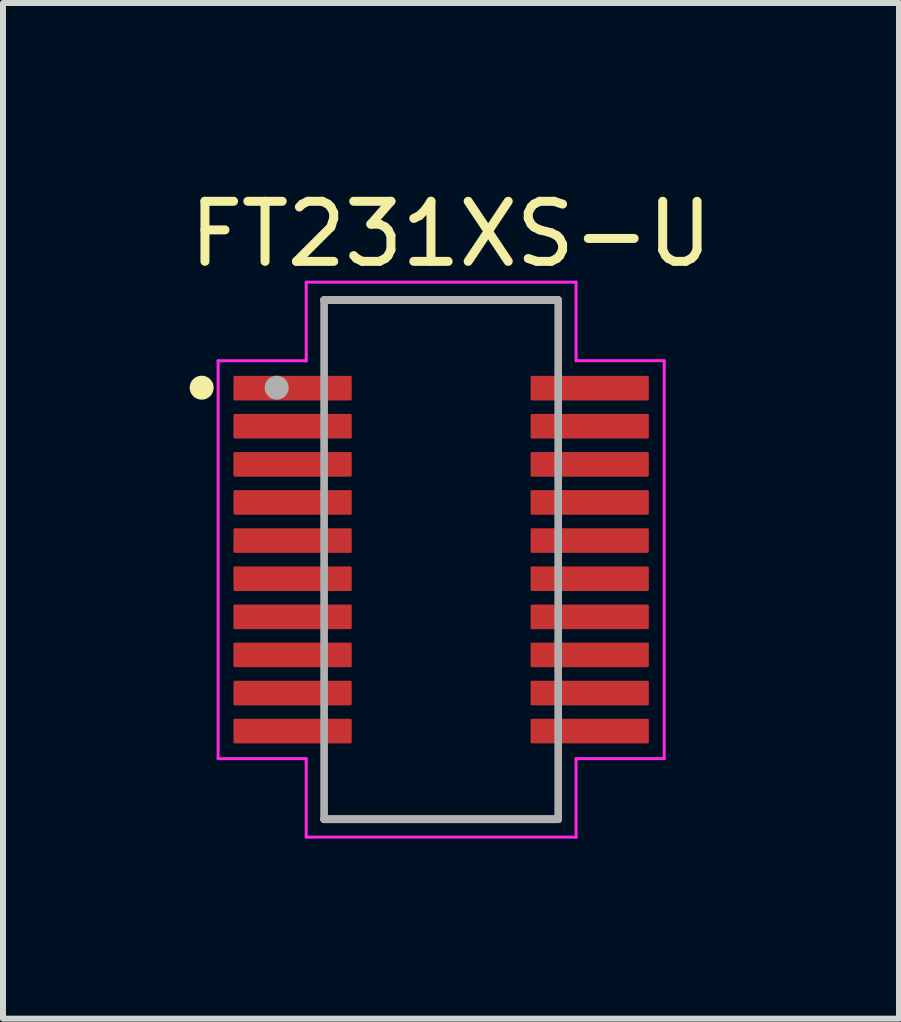
<source format=kicad_pcb>
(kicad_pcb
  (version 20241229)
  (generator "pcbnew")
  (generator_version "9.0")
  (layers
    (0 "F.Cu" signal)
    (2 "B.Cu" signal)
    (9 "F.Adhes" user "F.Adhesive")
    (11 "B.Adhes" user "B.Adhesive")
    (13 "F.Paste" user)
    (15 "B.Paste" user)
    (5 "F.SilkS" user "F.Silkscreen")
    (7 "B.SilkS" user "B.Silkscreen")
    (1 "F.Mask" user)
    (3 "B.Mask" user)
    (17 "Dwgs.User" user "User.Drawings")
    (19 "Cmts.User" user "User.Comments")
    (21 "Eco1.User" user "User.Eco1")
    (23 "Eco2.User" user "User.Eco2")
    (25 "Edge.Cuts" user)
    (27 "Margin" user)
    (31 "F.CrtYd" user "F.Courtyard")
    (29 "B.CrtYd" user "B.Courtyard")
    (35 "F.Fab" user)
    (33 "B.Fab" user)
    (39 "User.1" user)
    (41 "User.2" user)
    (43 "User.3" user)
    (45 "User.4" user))
  (footprint "FT231XS-U"
    (layer "F.Cu")
    (at 4.3 6.274)
    (property "Reference" "FT231XS-U" (at 0.164 -5.425 0) (layer "F.SilkS") (effects (font (size 1.001 1.001) (thickness 0.15))))
    (attr smd)
    (fp_line (start -1.95 -4.325) (end 1.95 -4.325) (stroke (width 0.127) (type solid)) (layer "F.SilkS"))
    (fp_line (start 1.95 4.325) (end -1.95 4.325) (stroke (width 0.127) (type solid)) (layer "F.SilkS"))
    (fp_circle (center -3.99 -2.865) (end -3.89 -2.865) (stroke (width 0.2) (type solid)) (fill no) (layer "F.SilkS"))
    (fp_line (start -3.716 -3.313) (end -2.248 -3.313) (stroke (width 0.05) (type solid)) (layer "F.CrtYd"))
    (fp_line (start -3.716 3.315) (end -3.716 -3.313) (stroke (width 0.05) (type solid)) (layer "F.CrtYd"))
    (fp_line (start -2.248 -4.623) (end 2.248 -4.623) (stroke (width 0.05) (type solid)) (layer "F.CrtYd"))
    (fp_line (start -2.248 -3.313) (end -2.248 -4.623) (stroke (width 0.05) (type solid)) (layer "F.CrtYd"))
    (fp_line (start -2.248 3.315) (end -3.716 3.315) (stroke (width 0.05) (type solid)) (layer "F.CrtYd"))
    (fp_line (start -2.248 4.623) (end -2.248 3.315) (stroke (width 0.05) (type solid)) (layer "F.CrtYd"))
    (fp_line (start 2.248 -4.623) (end 2.248 -3.315) (stroke (width 0.05) (type solid)) (layer "F.CrtYd"))
    (fp_line (start 2.248 -3.315) (end 3.716 -3.315) (stroke (width 0.05) (type solid)) (layer "F.CrtYd"))
    (fp_line (start 2.248 3.315) (end 2.248 4.623) (stroke (width 0.05) (type solid)) (layer "F.CrtYd"))
    (fp_line (start 2.248 4.623) (end -2.248 4.623) (stroke (width 0.05) (type solid)) (layer "F.CrtYd"))
    (fp_line (start 3.716 -3.315) (end 3.716 3.315) (stroke (width 0.05) (type solid)) (layer "F.CrtYd"))
    (fp_line (start 3.716 3.315) (end 2.248 3.315) (stroke (width 0.05) (type solid)) (layer "F.CrtYd"))
    (fp_line (start -1.95 -4.325) (end 1.95 -4.325) (stroke (width 0.127) (type solid)) (layer "F.Fab"))
    (fp_line (start -1.95 4.325) (end -1.95 -4.325) (stroke (width 0.127) (type solid)) (layer "F.Fab"))
    (fp_line (start 1.95 -4.325) (end 1.95 4.325) (stroke (width 0.127) (type solid)) (layer "F.Fab"))
    (fp_line (start 1.95 4.325) (end -1.95 4.325) (stroke (width 0.127) (type solid)) (layer "F.Fab"))
    (fp_circle (center -2.74 -2.865) (end -2.64 -2.865) (stroke (width 0.2) (type solid)) (fill no) (layer "F.Fab"))
    (pad "1" smd roundrect (at -2.475 -2.857) (size 1.97 0.41) (layers "F.Cu" "F.Mask" "F.Paste") (roundrect_rratio 0.05))
    (pad "2" smd roundrect (at -2.475 -2.223) (size 1.97 0.41) (layers "F.Cu" "F.Mask" "F.Paste") (roundrect_rratio 0.05))
    (pad "3" smd roundrect (at -2.475 -1.587) (size 1.97 0.41) (layers "F.Cu" "F.Mask" "F.Paste") (roundrect_rratio 0.05))
    (pad "4" smd roundrect (at -2.475 -0.953) (size 1.97 0.41) (layers "F.Cu" "F.Mask" "F.Paste") (roundrect_rratio 0.05))
    (pad "5" smd roundrect (at -2.475 -0.318) (size 1.97 0.41) (layers "F.Cu" "F.Mask" "F.Paste") (roundrect_rratio 0.05))
    (pad "6" smd roundrect (at -2.475 0.318) (size 1.97 0.41) (layers "F.Cu" "F.Mask" "F.Paste") (roundrect_rratio 0.05))
    (pad "7" smd roundrect (at -2.475 0.953) (size 1.97 0.41) (layers "F.Cu" "F.Mask" "F.Paste") (roundrect_rratio 0.05))
    (pad "8" smd roundrect (at -2.475 1.587) (size 1.97 0.41) (layers "F.Cu" "F.Mask" "F.Paste") (roundrect_rratio 0.05))
    (pad "9" smd roundrect (at -2.475 2.223) (size 1.97 0.41) (layers "F.Cu" "F.Mask" "F.Paste") (roundrect_rratio 0.05))
    (pad "10" smd roundrect (at -2.475 2.857) (size 1.97 0.41) (layers "F.Cu" "F.Mask" "F.Paste") (roundrect_rratio 0.05))
    (pad "11" smd roundrect (at 2.475 2.857) (size 1.97 0.41) (layers "F.Cu" "F.Mask" "F.Paste") (roundrect_rratio 0.05))
    (pad "12" smd roundrect (at 2.475 2.223) (size 1.97 0.41) (layers "F.Cu" "F.Mask" "F.Paste") (roundrect_rratio 0.05))
    (pad "13" smd roundrect (at 2.475 1.587) (size 1.97 0.41) (layers "F.Cu" "F.Mask" "F.Paste") (roundrect_rratio 0.05))
    (pad "14" smd roundrect (at 2.475 0.953) (size 1.97 0.41) (layers "F.Cu" "F.Mask" "F.Paste") (roundrect_rratio 0.05))
    (pad "15" smd roundrect (at 2.475 0.318) (size 1.97 0.41) (layers "F.Cu" "F.Mask" "F.Paste") (roundrect_rratio 0.05))
    (pad "16" smd roundrect (at 2.475 -0.318) (size 1.97 0.41) (layers "F.Cu" "F.Mask" "F.Paste") (roundrect_rratio 0.05))
    (pad "17" smd roundrect (at 2.475 -0.953) (size 1.97 0.41) (layers "F.Cu" "F.Mask" "F.Paste") (roundrect_rratio 0.05))
    (pad "18" smd roundrect (at 2.475 -1.587) (size 1.97 0.41) (layers "F.Cu" "F.Mask" "F.Paste") (roundrect_rratio 0.05))
    (pad "19" smd roundrect (at 2.475 -2.223) (size 1.97 0.41) (layers "F.Cu" "F.Mask" "F.Paste") (roundrect_rratio 0.05))
    (pad "20" smd roundrect (at 2.475 -2.857) (size 1.97 0.41) (layers "F.Cu" "F.Mask" "F.Paste") (roundrect_rratio 0.05)))
  (gr_rect
    (start -3 -3)
    (end 11.928 13.922)
    (stroke (width 0.1) (type default))
    (fill no)
    (layer "Edge.Cuts")))
</source>
